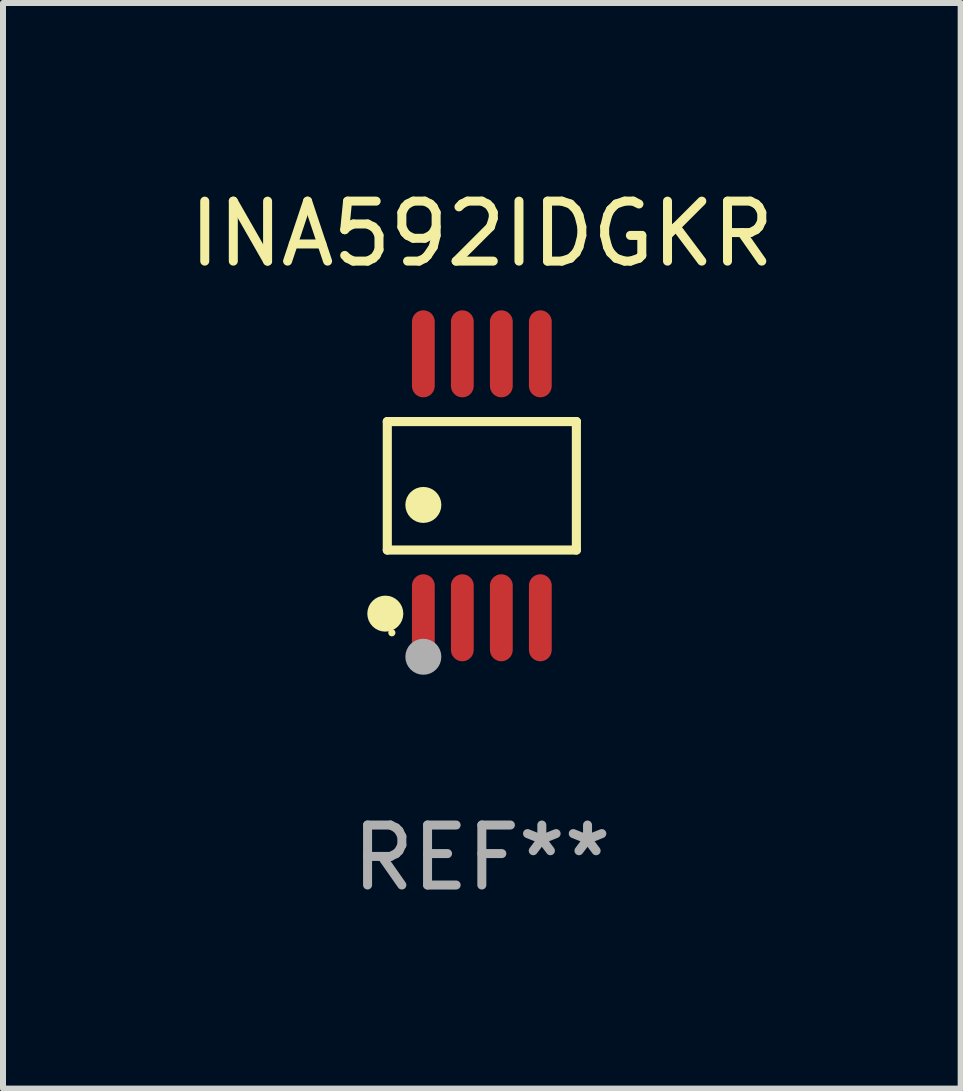
<source format=kicad_pcb>
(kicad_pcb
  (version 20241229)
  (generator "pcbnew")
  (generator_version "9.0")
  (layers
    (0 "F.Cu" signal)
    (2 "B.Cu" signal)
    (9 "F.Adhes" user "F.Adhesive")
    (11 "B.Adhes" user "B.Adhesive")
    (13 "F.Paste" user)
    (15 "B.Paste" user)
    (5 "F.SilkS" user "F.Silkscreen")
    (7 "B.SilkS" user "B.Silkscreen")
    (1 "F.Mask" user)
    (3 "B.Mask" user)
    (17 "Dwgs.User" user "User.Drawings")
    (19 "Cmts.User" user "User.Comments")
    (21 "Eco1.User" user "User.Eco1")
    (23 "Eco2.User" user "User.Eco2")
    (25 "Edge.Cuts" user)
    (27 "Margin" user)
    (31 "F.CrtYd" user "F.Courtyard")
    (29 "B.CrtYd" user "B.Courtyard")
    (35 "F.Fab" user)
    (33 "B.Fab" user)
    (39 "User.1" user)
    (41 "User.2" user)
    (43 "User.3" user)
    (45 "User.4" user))
  (footprint "INA592IDGKR"
    (layer "F.Cu")
    (at 4.982 5.048)
    (property "Reference" "INA592IDGKR" (at 0 -4.2 0) (layer "F.SilkS") (effects (font (size 1 1) (thickness 0.15))))
    (attr through_hole)
    (fp_line (start -1.576 -1.071) (end 1.576 -1.071) (stroke (width 0.152) (type solid)) (layer "F.SilkS"))
    (fp_line (start -1.576 1.071) (end -1.576 -1.071) (stroke (width 0.152) (type solid)) (layer "F.SilkS"))
    (fp_line (start 1.576 -1.071) (end 1.576 1.071) (stroke (width 0.152) (type solid)) (layer "F.SilkS"))
    (fp_line (start 1.576 1.071) (end -1.576 1.071) (stroke (width 0.152) (type solid)) (layer "F.SilkS"))
    (fp_circle (center -1.609 2.131) (end -1.459 2.131) (stroke (width 0.3) (type solid)) (fill no) (layer "F.SilkS"))
    (fp_circle (center -1.5 2.45) (end -1.47 2.45) (stroke (width 0.06) (type solid)) (fill no) (layer "F.SilkS"))
    (fp_circle (center -0.975 0.319) (end -0.825 0.319) (stroke (width 0.3) (type solid)) (fill no) (layer "F.SilkS"))
    (fp_circle (center -0.975 2.85) (end -0.825 2.85) (stroke (width 0.3) (type solid)) (fill no) (layer "F.Fab"))
    (fp_text user "REF**" (at 0 6.2 0) (layer "F.Fab") (effects (font (size 1 1) (thickness 0.15))))
    (pad "1" smd oval (at -0.975 2.2) (size 0.38 1.45) (layers "F.Cu" "F.Mask" "F.Paste"))
    (pad "2" smd oval (at -0.325 2.2) (size 0.38 1.45) (layers "F.Cu" "F.Mask" "F.Paste"))
    (pad "3" smd oval (at 0.325 2.2) (size 0.38 1.45) (layers "F.Cu" "F.Mask" "F.Paste"))
    (pad "4" smd oval (at 0.975 2.2) (size 0.38 1.45) (layers "F.Cu" "F.Mask" "F.Paste"))
    (pad "5" smd oval (at 0.975 -2.2) (size 0.38 1.45) (layers "F.Cu" "F.Mask" "F.Paste"))
    (pad "6" smd oval (at 0.325 -2.2) (size 0.38 1.45) (layers "F.Cu" "F.Mask" "F.Paste"))
    (pad "7" smd oval (at -0.325 -2.2) (size 0.38 1.45) (layers "F.Cu" "F.Mask" "F.Paste"))
    (pad "8" smd oval (at -0.975 -2.2) (size 0.38 1.45) (layers "F.Cu" "F.Mask" "F.Paste")))
  (gr_rect
    (start -3 -3)
    (end 12.964 15.096)
    (stroke (width 0.1) (type default))
    (fill no)
    (layer "Edge.Cuts")))
</source>
